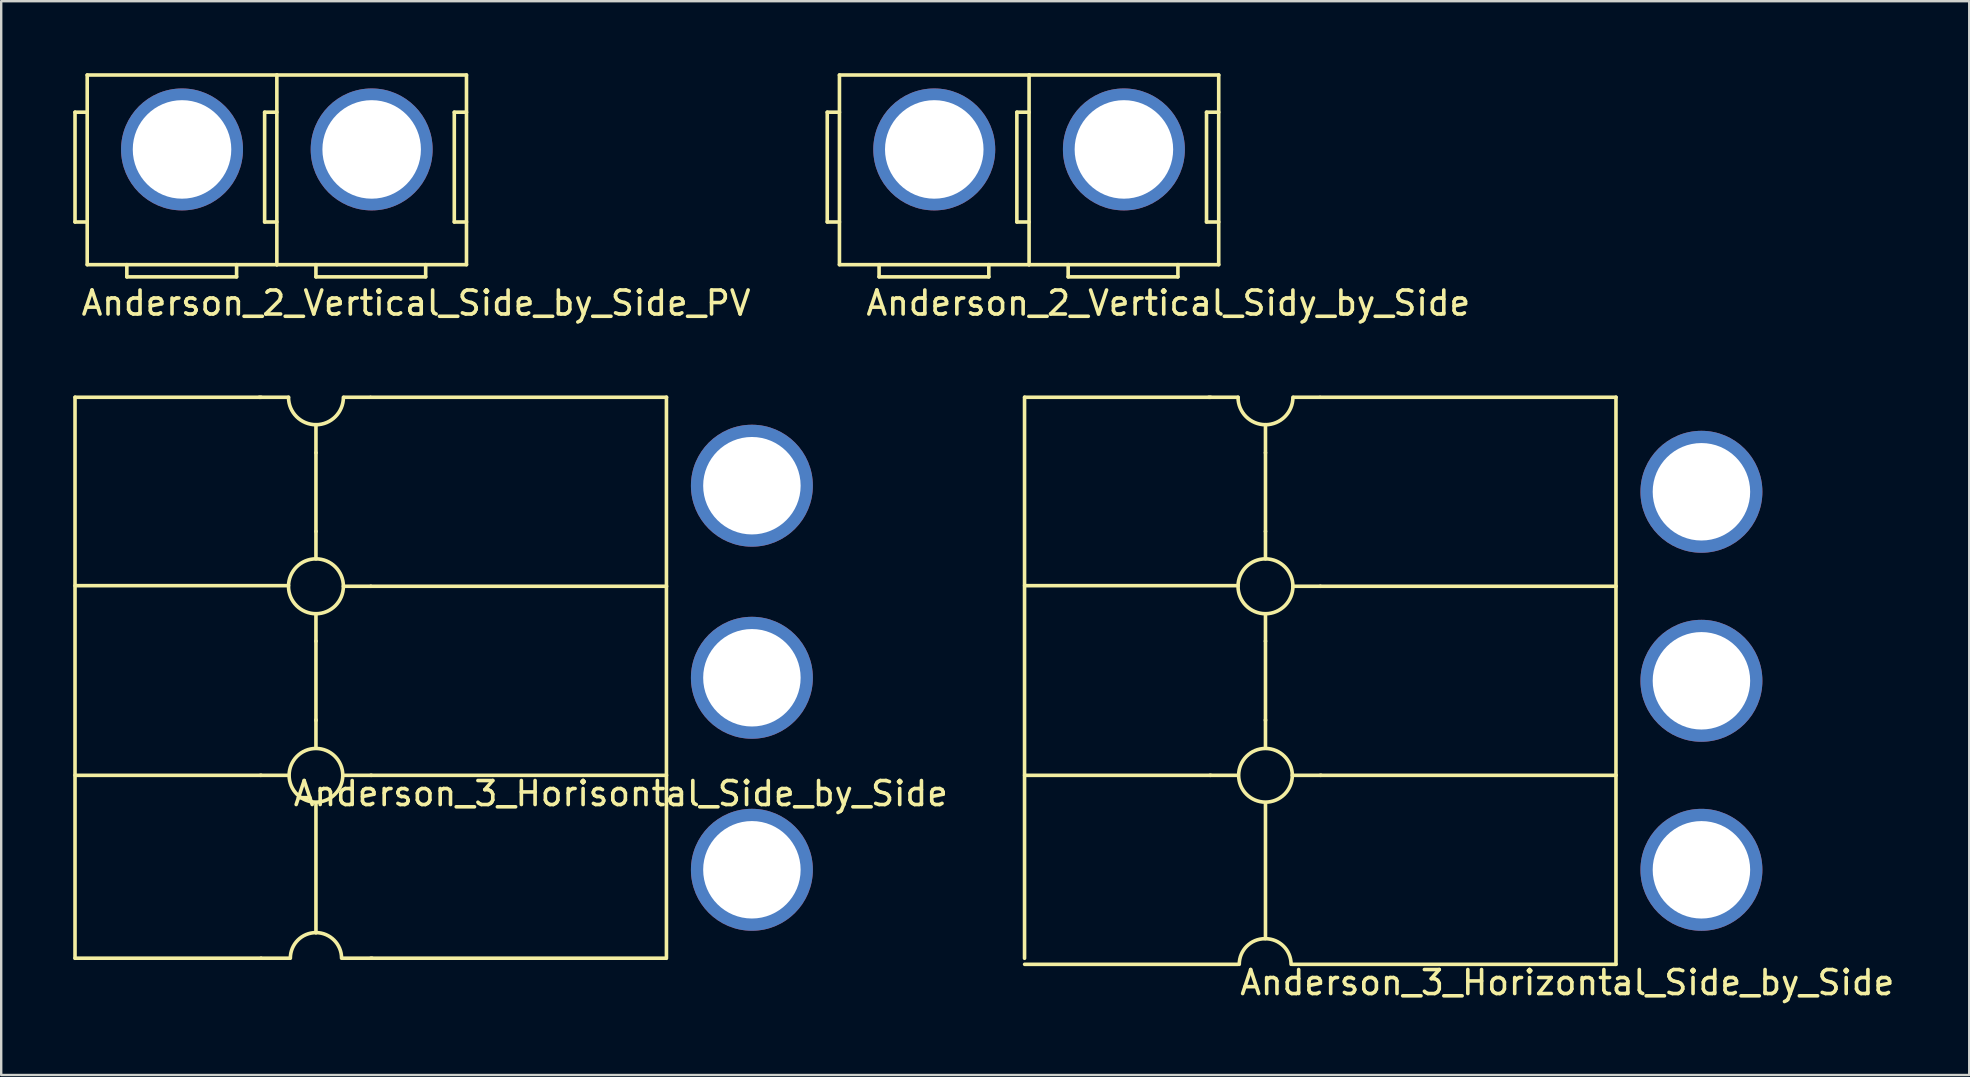
<source format=kicad_pcb>
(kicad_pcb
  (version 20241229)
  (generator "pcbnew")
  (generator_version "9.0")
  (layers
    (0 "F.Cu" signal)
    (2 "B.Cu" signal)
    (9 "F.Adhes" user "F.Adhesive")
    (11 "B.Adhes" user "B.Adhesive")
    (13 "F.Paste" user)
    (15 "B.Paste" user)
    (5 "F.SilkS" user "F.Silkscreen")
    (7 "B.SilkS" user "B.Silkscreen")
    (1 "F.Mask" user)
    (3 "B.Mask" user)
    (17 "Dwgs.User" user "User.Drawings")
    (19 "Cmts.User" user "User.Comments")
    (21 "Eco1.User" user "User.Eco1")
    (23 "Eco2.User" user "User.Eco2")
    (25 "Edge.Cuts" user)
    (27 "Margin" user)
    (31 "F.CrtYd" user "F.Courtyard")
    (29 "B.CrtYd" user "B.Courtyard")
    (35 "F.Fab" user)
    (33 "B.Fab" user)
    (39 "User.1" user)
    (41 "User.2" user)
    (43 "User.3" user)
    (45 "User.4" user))
  (footprint "Anderson_3_Horizontal_Side_by_Side"
    (layer "F.Cu")
    (at 64.273 37.122)
    (property "Reference" "Anderson_3_Horizontal_Side_by_Side" (at -2.032 0.762 0) (layer "F.SilkS") (effects (font (size 1 1) (thickness 0.15))))
    (attr through_hole)
    (fp_line (start -24.642 -0.252) (end -24.642 -23.624) (stroke (width 0.15) (type solid)) (layer "F.SilkS"))
    (fp_line (start -24.638 -23.622) (end -16.891 -23.622) (stroke (width 0.15) (type solid)) (layer "F.SilkS"))
    (fp_line (start -24.638 -15.773) (end -15.748 -15.773) (stroke (width 0.15) (type solid)) (layer "F.SilkS"))
    (fp_line (start -16.916 -7.874) (end -15.748 -7.874) (stroke (width 0.15) (type solid)) (layer "F.SilkS"))
    (fp_line (start -16.891 -7.874) (end -24.638 -7.874) (stroke (width 0.15) (type solid)) (layer "F.SilkS"))
    (fp_line (start -15.748 -23.622) (end -16.967 -23.622) (stroke (width 0.15) (type solid)) (layer "F.SilkS"))
    (fp_line (start -15.748 0) (end -24.638 0) (stroke (width 0.15) (type solid)) (layer "F.SilkS"))
    (fp_line (start -14.605 -22.479) (end -14.605 -21.311) (stroke (width 0.15) (type solid)) (layer "F.SilkS"))
    (fp_line (start -14.605 -18.034) (end -14.605 -21.311) (stroke (width 0.15) (type solid)) (layer "F.SilkS"))
    (fp_line (start -14.605 -18.034) (end -14.605 -16.891) (stroke (width 0.15) (type solid)) (layer "F.SilkS"))
    (fp_line (start -14.605 -13.462) (end -14.605 -14.605) (stroke (width 0.15) (type solid)) (layer "F.SilkS"))
    (fp_line (start -14.605 -13.462) (end -14.605 -10.16) (stroke (width 0.15) (type solid)) (layer "F.SilkS"))
    (fp_line (start -14.605 -10.185) (end -14.605 -9.017) (stroke (width 0.15) (type solid)) (layer "F.SilkS"))
    (fp_line (start -14.605 -6.706) (end -14.605 -1.143) (stroke (width 0.15) (type solid)) (layer "F.SilkS"))
    (fp_line (start -13.487 0) (end -0.004 0) (stroke (width 0.15) (type solid)) (layer "F.SilkS"))
    (fp_line (start -12.344 -23.622) (end -13.437 -23.622) (stroke (width 0.15) (type solid)) (layer "F.SilkS"))
    (fp_line (start -12.319 -23.622) (end 0 -23.622) (stroke (width 0.15) (type solid)) (layer "F.SilkS"))
    (fp_line (start -12.319 -15.748) (end -13.462 -15.748) (stroke (width 0.15) (type solid)) (layer "F.SilkS"))
    (fp_line (start -12.319 -15.748) (end 0 -15.748) (stroke (width 0.15) (type solid)) (layer "F.SilkS"))
    (fp_line (start -12.319 -7.874) (end 0 -7.874) (stroke (width 0.15) (type solid)) (layer "F.SilkS"))
    (fp_line (start -12.294 -7.874) (end -13.487 -7.874) (stroke (width 0.15) (type solid)) (layer "F.SilkS"))
    (fp_line (start -0.004 0) (end -0.004 -23.624) (stroke (width 0.15) (type solid)) (layer "F.SilkS"))
    (fp_arc (start -15.6972 0) (mid -15.384742 -0.754342) (end -14.6304 -1.0668) (stroke (width 0.15) (type solid)) (layer "F.SilkS"))
    (fp_arc (start -14.605 -22.479) (mid -15.413223 -22.813777) (end -15.748 -23.622) (stroke (width 0.15) (type solid)) (layer "F.SilkS"))
    (fp_arc (start -14.605 -1.0668) (mid -13.850658 -0.754342) (end -13.5382 0) (stroke (width 0.15) (type solid)) (layer "F.SilkS"))
    (fp_arc (start -13.462 -23.622) (mid -13.796777 -22.813777) (end -14.605 -22.479) (stroke (width 0.15) (type solid)) (layer "F.SilkS"))
    (fp_circle (center -14.605 -15.748) (end -14.605 -14.605) (stroke (width 0.15) (type solid)) (fill no) (layer "F.SilkS"))
    (fp_circle (center -14.605 -7.874) (end -13.487 -7.874) (stroke (width 0.15) (type solid)) (fill no) (layer "F.SilkS"))
    (pad "1" thru_hole circle (at 3.556 -19.685) (size 5.08 5.08) (drill 4.06) (layers "*.Cu" "*.Mask" "F.Paste"))
    (pad "2" thru_hole circle (at 3.556 -11.811) (size 5.08 5.08) (drill 4.06) (layers "*.Cu" "*.Mask" "F.Paste"))
    (pad "3" thru_hole circle (at 3.556 -3.937) (size 5.08 5.08) (drill 4.06) (layers "*.Cu" "*.Mask" "F.Paste")))
  (footprint "Anderson_2_Vertical_Side_by_Side_PV"
    (layer "F.Cu")
    (at 4.52 3.149)
    (property "Reference" "Anderson_2_Vertical_Side_by_Side_PV" (at 9.763 6.426 0) (layer "F.SilkS") (effects (font (size 1 1) (thickness 0.15))))
    (attr through_hole)
    (fp_line (start -4.445 -1.524) (end -4.445 3.048) (stroke (width 0.15) (type solid)) (layer "F.SilkS"))
    (fp_line (start -4.445 3.048) (end -3.937 3.048) (stroke (width 0.15) (type solid)) (layer "F.SilkS"))
    (fp_line (start -3.937 -1.524) (end -4.445 -1.524) (stroke (width 0.15) (type solid)) (layer "F.SilkS"))
    (fp_line (start -3.937 4.826) (end -3.937 -3.074) (stroke (width 0.15) (type solid)) (layer "F.SilkS"))
    (fp_line (start -2.286 4.826) (end -2.286 5.334) (stroke (width 0.15) (type solid)) (layer "F.SilkS"))
    (fp_line (start -2.286 5.334) (end 2.286 5.334) (stroke (width 0.15) (type solid)) (layer "F.SilkS"))
    (fp_line (start 2.286 5.334) (end 2.286 4.826) (stroke (width 0.15) (type solid)) (layer "F.SilkS"))
    (fp_line (start 3.454 -1.524) (end 3.454 3.048) (stroke (width 0.15) (type solid)) (layer "F.SilkS"))
    (fp_line (start 3.454 3.048) (end 3.962 3.048) (stroke (width 0.15) (type solid)) (layer "F.SilkS"))
    (fp_line (start 3.962 -1.524) (end 3.454 -1.524) (stroke (width 0.15) (type solid)) (layer "F.SilkS"))
    (fp_line (start 3.963 -3.074) (end -3.937 -3.074) (stroke (width 0.15) (type solid)) (layer "F.SilkS"))
    (fp_line (start 3.963 4.826) (end -3.937 4.826) (stroke (width 0.15) (type solid)) (layer "F.SilkS"))
    (fp_line (start 3.963 4.826) (end 3.963 -3.074) (stroke (width 0.15) (type solid)) (layer "F.SilkS"))
    (fp_line (start 5.591 4.826) (end 5.591 5.334) (stroke (width 0.15) (type solid)) (layer "F.SilkS"))
    (fp_line (start 5.591 5.334) (end 10.163 5.334) (stroke (width 0.15) (type solid)) (layer "F.SilkS"))
    (fp_line (start 10.163 5.334) (end 10.163 4.826) (stroke (width 0.15) (type solid)) (layer "F.SilkS"))
    (fp_line (start 11.355 -1.524) (end 11.355 3.048) (stroke (width 0.15) (type solid)) (layer "F.SilkS"))
    (fp_line (start 11.355 3.048) (end 11.863 3.048) (stroke (width 0.15) (type solid)) (layer "F.SilkS"))
    (fp_line (start 11.863 -3.074) (end 3.963 -3.074) (stroke (width 0.15) (type solid)) (layer "F.SilkS"))
    (fp_line (start 11.863 -1.524) (end 11.355 -1.524) (stroke (width 0.15) (type solid)) (layer "F.SilkS"))
    (fp_line (start 11.863 4.826) (end 3.963 4.826) (stroke (width 0.15) (type solid)) (layer "F.SilkS"))
    (fp_line (start 11.863 4.826) (end 11.863 -3.074) (stroke (width 0.15) (type solid)) (layer "F.SilkS"))
    (pad "1" thru_hole circle (at 0.013 0.026 270) (size 5.08 5.08) (drill 4.104) (layers "*.Cu" "*.Mask"))
    (pad "4" thru_hole circle (at 7.913 0.026 270) (size 5.08 5.08) (drill 4.104) (layers "*.Cu" "*.Mask")))
  (footprint "Anderson_3_Horisontal_Side_by_Side"
    (layer "F.Cu")
    (at 24.692 36.868)
    (property "Reference" "Anderson_3_Horisontal_Side_by_Side" (at -1.88 -6.858 0) (layer "F.SilkS") (effects (font (size 1 1) (thickness 0.15))))
    (attr through_hole)
    (fp_line (start -24.617 0.002) (end -24.617 -23.37) (stroke (width 0.15) (type solid)) (layer "F.SilkS"))
    (fp_line (start -24.613 -23.368) (end -16.866 -23.368) (stroke (width 0.15) (type solid)) (layer "F.SilkS"))
    (fp_line (start -24.613 -15.519) (end -15.723 -15.519) (stroke (width 0.15) (type solid)) (layer "F.SilkS"))
    (fp_line (start -16.891 -7.62) (end -15.723 -7.62) (stroke (width 0.15) (type solid)) (layer "F.SilkS"))
    (fp_line (start -16.866 -7.62) (end -24.613 -7.62) (stroke (width 0.15) (type solid)) (layer "F.SilkS"))
    (fp_line (start -16.866 0) (end -24.613 0) (stroke (width 0.15) (type solid)) (layer "F.SilkS"))
    (fp_line (start -15.723 -23.368) (end -16.942 -23.368) (stroke (width 0.15) (type solid)) (layer "F.SilkS"))
    (fp_line (start -15.697 0) (end -16.866 0) (stroke (width 0.15) (type solid)) (layer "F.SilkS"))
    (fp_line (start -14.58 -22.225) (end -14.58 -21.057) (stroke (width 0.15) (type solid)) (layer "F.SilkS"))
    (fp_line (start -14.58 -17.78) (end -14.58 -21.057) (stroke (width 0.15) (type solid)) (layer "F.SilkS"))
    (fp_line (start -14.58 -17.78) (end -14.58 -16.637) (stroke (width 0.15) (type solid)) (layer "F.SilkS"))
    (fp_line (start -14.58 -13.208) (end -14.58 -14.351) (stroke (width 0.15) (type solid)) (layer "F.SilkS"))
    (fp_line (start -14.58 -13.208) (end -14.58 -9.906) (stroke (width 0.15) (type solid)) (layer "F.SilkS"))
    (fp_line (start -14.58 -9.931) (end -14.58 -8.763) (stroke (width 0.15) (type solid)) (layer "F.SilkS"))
    (fp_line (start -14.58 -6.452) (end -14.58 -1.067) (stroke (width 0.15) (type solid)) (layer "F.SilkS"))
    (fp_line (start -13.462 0) (end -12.243 0) (stroke (width 0.15) (type solid)) (layer "F.SilkS"))
    (fp_line (start -12.319 -23.368) (end -13.411 -23.368) (stroke (width 0.15) (type solid)) (layer "F.SilkS"))
    (fp_line (start -12.294 -23.368) (end 0.025 -23.368) (stroke (width 0.15) (type solid)) (layer "F.SilkS"))
    (fp_line (start -12.294 -15.494) (end -13.437 -15.494) (stroke (width 0.15) (type solid)) (layer "F.SilkS"))
    (fp_line (start -12.294 -15.494) (end 0.025 -15.494) (stroke (width 0.15) (type solid)) (layer "F.SilkS"))
    (fp_line (start -12.294 -7.62) (end 0.025 -7.62) (stroke (width 0.15) (type solid)) (layer "F.SilkS"))
    (fp_line (start -12.294 0) (end 0 0) (stroke (width 0.15) (type solid)) (layer "F.SilkS"))
    (fp_line (start -12.268 -7.62) (end -13.462 -7.62) (stroke (width 0.15) (type solid)) (layer "F.SilkS"))
    (fp_line (start 0.021 0.002) (end 0.021 -23.37) (stroke (width 0.15) (type solid)) (layer "F.SilkS"))
    (fp_arc (start -15.6464 0) (mid -15.333942 -0.754342) (end -14.5796 -1.0668) (stroke (width 0.15) (type solid)) (layer "F.SilkS"))
    (fp_arc (start -14.5796 -22.225) (mid -15.387823 -22.559777) (end -15.7226 -23.368) (stroke (width 0.15) (type solid)) (layer "F.SilkS"))
    (fp_arc (start -14.5796 -1.0668) (mid -13.825258 -0.754342) (end -13.5128 0) (stroke (width 0.15) (type solid)) (layer "F.SilkS"))
    (fp_arc (start -13.4366 -23.368) (mid -13.771377 -22.559777) (end -14.5796 -22.225) (stroke (width 0.15) (type solid)) (layer "F.SilkS"))
    (fp_circle (center -14.58 -15.494) (end -14.58 -14.351) (stroke (width 0.15) (type solid)) (fill no) (layer "F.SilkS"))
    (fp_circle (center -14.58 -7.62) (end -13.462 -7.62) (stroke (width 0.15) (type solid)) (fill no) (layer "F.SilkS"))
    (pad "1" thru_hole circle (at 3.581 -19.684) (size 5.08 5.08) (drill 4.06) (layers "*.Cu" "*.Mask" "F.Paste"))
    (pad "2" thru_hole circle (at 3.581 -11.683) (size 5.08 5.08) (drill 4.06) (layers "*.Cu" "*.Mask" "F.Paste"))
    (pad "3" thru_hole circle (at 3.581 -3.684) (size 5.08 5.08) (drill 4.06) (layers "*.Cu" "*.Mask" "F.Paste")))
  (footprint "Anderson_2_Vertical_Sidy_by_Side"
    (layer "F.Cu")
    (at 35.857 3.149)
    (property "Reference" "Anderson_2_Vertical_Sidy_by_Side" (at 9.763 6.426 0) (layer "F.SilkS") (effects (font (size 1 1) (thickness 0.15))))
    (attr through_hole)
    (fp_line (start -4.445 -1.524) (end -4.445 3.048) (stroke (width 0.15) (type solid)) (layer "F.SilkS"))
    (fp_line (start -4.445 3.048) (end -3.937 3.048) (stroke (width 0.15) (type solid)) (layer "F.SilkS"))
    (fp_line (start -3.937 -1.524) (end -4.445 -1.524) (stroke (width 0.15) (type solid)) (layer "F.SilkS"))
    (fp_line (start -3.937 4.826) (end -3.937 -3.074) (stroke (width 0.15) (type solid)) (layer "F.SilkS"))
    (fp_line (start -2.286 4.826) (end -2.286 5.334) (stroke (width 0.15) (type solid)) (layer "F.SilkS"))
    (fp_line (start -2.286 5.334) (end 2.286 5.334) (stroke (width 0.15) (type solid)) (layer "F.SilkS"))
    (fp_line (start 2.286 5.334) (end 2.286 4.826) (stroke (width 0.15) (type solid)) (layer "F.SilkS"))
    (fp_line (start 3.454 -1.524) (end 3.454 3.048) (stroke (width 0.15) (type solid)) (layer "F.SilkS"))
    (fp_line (start 3.454 3.048) (end 3.962 3.048) (stroke (width 0.15) (type solid)) (layer "F.SilkS"))
    (fp_line (start 3.962 -1.524) (end 3.454 -1.524) (stroke (width 0.15) (type solid)) (layer "F.SilkS"))
    (fp_line (start 3.963 -3.074) (end -3.937 -3.074) (stroke (width 0.15) (type solid)) (layer "F.SilkS"))
    (fp_line (start 3.963 4.826) (end -3.937 4.826) (stroke (width 0.15) (type solid)) (layer "F.SilkS"))
    (fp_line (start 3.963 4.826) (end 3.963 -3.074) (stroke (width 0.15) (type solid)) (layer "F.SilkS"))
    (fp_line (start 5.591 4.826) (end 5.591 5.334) (stroke (width 0.15) (type solid)) (layer "F.SilkS"))
    (fp_line (start 5.591 5.334) (end 10.163 5.334) (stroke (width 0.15) (type solid)) (layer "F.SilkS"))
    (fp_line (start 10.163 5.334) (end 10.163 4.826) (stroke (width 0.15) (type solid)) (layer "F.SilkS"))
    (fp_line (start 11.355 -1.524) (end 11.355 3.048) (stroke (width 0.15) (type solid)) (layer "F.SilkS"))
    (fp_line (start 11.355 3.048) (end 11.863 3.048) (stroke (width 0.15) (type solid)) (layer "F.SilkS"))
    (fp_line (start 11.863 -3.074) (end 3.963 -3.074) (stroke (width 0.15) (type solid)) (layer "F.SilkS"))
    (fp_line (start 11.863 -1.524) (end 11.355 -1.524) (stroke (width 0.15) (type solid)) (layer "F.SilkS"))
    (fp_line (start 11.863 4.826) (end 3.963 4.826) (stroke (width 0.15) (type solid)) (layer "F.SilkS"))
    (fp_line (start 11.863 4.826) (end 11.863 -3.074) (stroke (width 0.15) (type solid)) (layer "F.SilkS"))
    (pad "1" thru_hole circle (at 0.013 0.026 270) (size 5.08 5.08) (drill 4.104) (layers "*.Cu" "*.Mask"))
    (pad "2" thru_hole circle (at 7.913 0.026 270) (size 5.08 5.08) (drill 4.104) (layers "*.Cu" "*.Mask")))
  (gr_rect
    (start -3 -3)
    (end 78.985 41.733)
    (stroke (width 0.1) (type default))
    (fill no)
    (layer "Edge.Cuts")))
</source>
